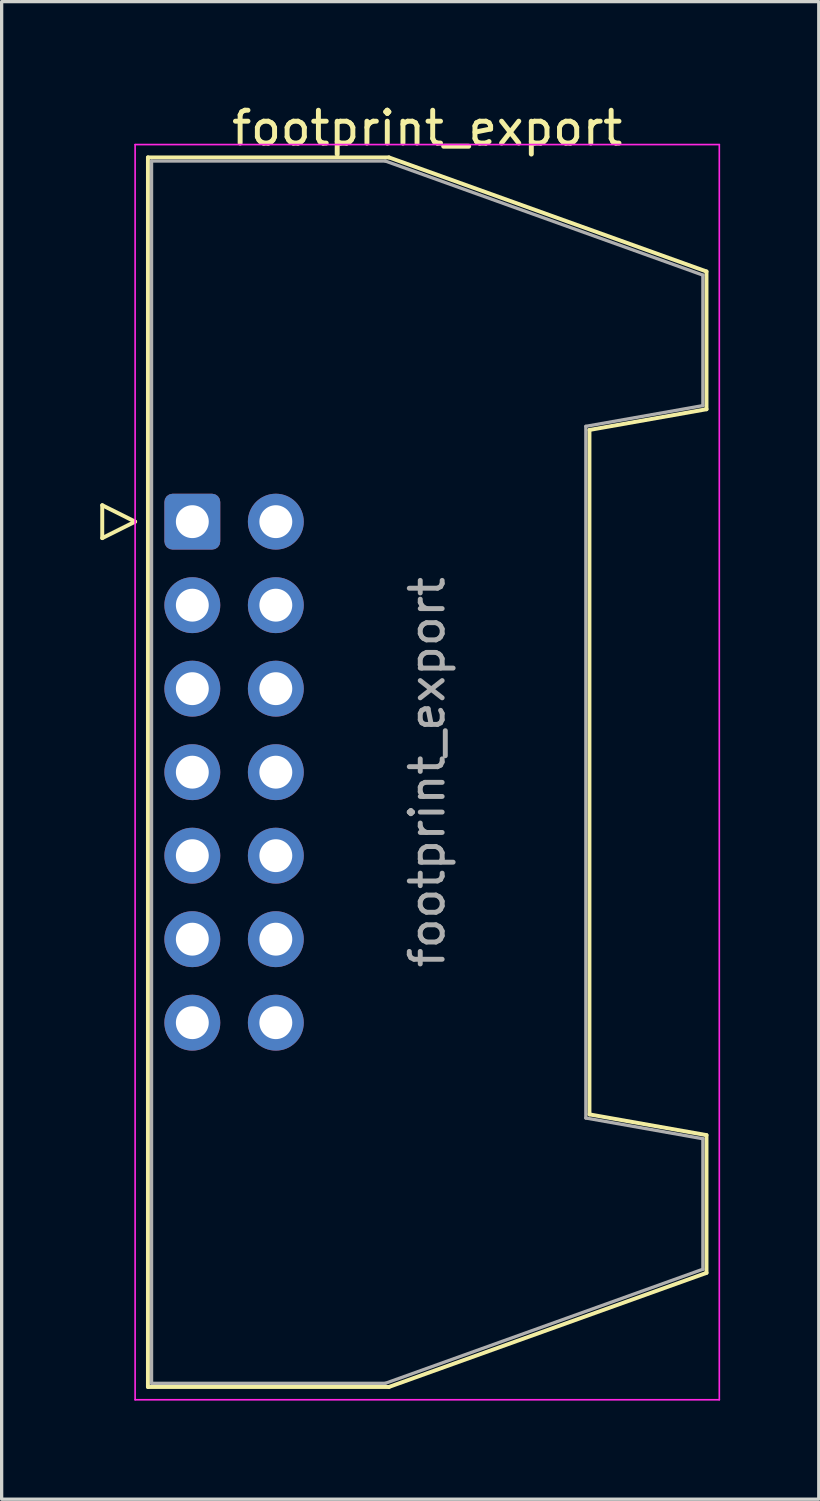
<source format=kicad_pcb>
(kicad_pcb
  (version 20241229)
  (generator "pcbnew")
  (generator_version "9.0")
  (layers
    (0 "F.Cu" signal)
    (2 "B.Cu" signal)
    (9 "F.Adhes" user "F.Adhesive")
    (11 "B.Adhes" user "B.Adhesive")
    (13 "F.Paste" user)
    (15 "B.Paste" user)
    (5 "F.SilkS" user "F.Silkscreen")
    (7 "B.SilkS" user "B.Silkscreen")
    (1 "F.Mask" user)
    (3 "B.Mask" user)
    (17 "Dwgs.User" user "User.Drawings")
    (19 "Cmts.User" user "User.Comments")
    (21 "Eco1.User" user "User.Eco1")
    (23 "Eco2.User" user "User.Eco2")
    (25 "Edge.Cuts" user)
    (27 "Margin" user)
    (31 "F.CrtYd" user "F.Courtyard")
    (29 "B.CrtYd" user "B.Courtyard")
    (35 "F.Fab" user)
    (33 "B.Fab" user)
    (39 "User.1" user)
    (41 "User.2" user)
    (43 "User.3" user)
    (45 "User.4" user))
  (footprint "footprint_export"
    (layer "F.Cu")
    (at 2.8 12.818)
    (property "Reference" "footprint_export" (at 7.145 -11.97 0) (layer "F.SilkS") (effects (font (size 1 1) (thickness 0.15))))
    (attr through_hole)
    (fp_line (start -2.74 -0.5) (end -2.74 0.5) (stroke (width 0.12) (type solid)) (layer "F.SilkS"))
    (fp_line (start -2.74 0.5) (end -1.74 0) (stroke (width 0.12) (type solid)) (layer "F.SilkS"))
    (fp_line (start -1.74 0) (end -2.74 -0.5) (stroke (width 0.12) (type solid)) (layer "F.SilkS"))
    (fp_line (start -1.35 -11.08) (end 5.98 -11.08) (stroke (width 0.12) (type solid)) (layer "F.SilkS"))
    (fp_line (start -1.35 26.32) (end -1.35 -11.08) (stroke (width 0.12) (type solid)) (layer "F.SilkS"))
    (fp_line (start 5.98 -11.08) (end 15.64 -7.61) (stroke (width 0.12) (type solid)) (layer "F.SilkS"))
    (fp_line (start 5.98 26.32) (end -1.35 26.32) (stroke (width 0.12) (type solid)) (layer "F.SilkS"))
    (fp_line (start 12.08 -2.79) (end 12.08 18.03) (stroke (width 0.12) (type solid)) (layer "F.SilkS"))
    (fp_line (start 12.08 18.03) (end 15.64 18.66) (stroke (width 0.12) (type solid)) (layer "F.SilkS"))
    (fp_line (start 15.64 -7.61) (end 15.64 -3.42) (stroke (width 0.12) (type solid)) (layer "F.SilkS"))
    (fp_line (start 15.64 -3.42) (end 12.08 -2.79) (stroke (width 0.12) (type solid)) (layer "F.SilkS"))
    (fp_line (start 15.64 18.66) (end 15.64 22.85) (stroke (width 0.12) (type solid)) (layer "F.SilkS"))
    (fp_line (start 15.64 22.85) (end 5.98 26.32) (stroke (width 0.12) (type solid)) (layer "F.SilkS"))
    (fp_line (start -1.74 -11.47) (end -1.74 26.71) (stroke (width 0.05) (type solid)) (layer "F.CrtYd"))
    (fp_line (start -1.74 26.71) (end 16.03 26.71) (stroke (width 0.05) (type solid)) (layer "F.CrtYd"))
    (fp_line (start 16.03 -11.47) (end -1.74 -11.47) (stroke (width 0.05) (type solid)) (layer "F.CrtYd"))
    (fp_line (start 16.03 26.71) (end 16.03 -11.47) (stroke (width 0.05) (type solid)) (layer "F.CrtYd"))
    (fp_line (start -1.24 -10.97) (end 5.87 -10.97) (stroke (width 0.1) (type solid)) (layer "F.Fab"))
    (fp_line (start -1.24 26.21) (end -1.24 -10.97) (stroke (width 0.1) (type solid)) (layer "F.Fab"))
    (fp_line (start 5.87 -10.97) (end 15.53 -7.5) (stroke (width 0.1) (type solid)) (layer "F.Fab"))
    (fp_line (start 5.87 26.21) (end -1.24 26.21) (stroke (width 0.1) (type solid)) (layer "F.Fab"))
    (fp_line (start 11.97 -2.9) (end 11.97 18.14) (stroke (width 0.1) (type solid)) (layer "F.Fab"))
    (fp_line (start 11.97 18.14) (end 15.53 18.77) (stroke (width 0.1) (type solid)) (layer "F.Fab"))
    (fp_line (start 15.53 -7.5) (end 15.53 -3.53) (stroke (width 0.1) (type solid)) (layer "F.Fab"))
    (fp_line (start 15.53 -3.53) (end 11.97 -2.9) (stroke (width 0.1) (type solid)) (layer "F.Fab"))
    (fp_line (start 15.53 18.77) (end 15.53 22.74) (stroke (width 0.1) (type solid)) (layer "F.Fab"))
    (fp_line (start 15.53 22.74) (end 5.87 26.21) (stroke (width 0.1) (type solid)) (layer "F.Fab"))
    (fp_text user "${REFERENCE}" (at 7.145 7.62 90) (layer "F.Fab") (effects (font (size 1 1) (thickness 0.15))))
    (pad "1" thru_hole roundrect (at 0 0) (size 1.7 1.7) (drill 1) (layers "*.Cu" "*.Mask") (roundrect_rratio 0.147))
    (pad "2" thru_hole circle (at 2.54 0) (size 1.7 1.7) (drill 1) (layers "*.Cu" "*.Mask"))
    (pad "3" thru_hole circle (at 0 2.54) (size 1.7 1.7) (drill 1) (layers "*.Cu" "*.Mask"))
    (pad "4" thru_hole circle (at 2.54 2.54) (size 1.7 1.7) (drill 1) (layers "*.Cu" "*.Mask"))
    (pad "5" thru_hole circle (at 0 5.08) (size 1.7 1.7) (drill 1) (layers "*.Cu" "*.Mask"))
    (pad "6" thru_hole circle (at 2.54 5.08) (size 1.7 1.7) (drill 1) (layers "*.Cu" "*.Mask"))
    (pad "7" thru_hole circle (at 0 7.62) (size 1.7 1.7) (drill 1) (layers "*.Cu" "*.Mask"))
    (pad "8" thru_hole circle (at 2.54 7.62) (size 1.7 1.7) (drill 1) (layers "*.Cu" "*.Mask"))
    (pad "9" thru_hole circle (at 0 10.16) (size 1.7 1.7) (drill 1) (layers "*.Cu" "*.Mask"))
    (pad "10" thru_hole circle (at 2.54 10.16) (size 1.7 1.7) (drill 1) (layers "*.Cu" "*.Mask"))
    (pad "11" thru_hole circle (at 0 12.7) (size 1.7 1.7) (drill 1) (layers "*.Cu" "*.Mask"))
    (pad "12" thru_hole circle (at 2.54 12.7) (size 1.7 1.7) (drill 1) (layers "*.Cu" "*.Mask"))
    (pad "13" thru_hole circle (at 0 15.24) (size 1.7 1.7) (drill 1) (layers "*.Cu" "*.Mask"))
    (pad "14" thru_hole circle (at 2.54 15.24) (size 1.7 1.7) (drill 1) (layers "*.Cu" "*.Mask")))
  (gr_rect
    (start -3 -3)
    (end 21.855 42.553)
    (stroke (width 0.1) (type default))
    (fill no)
    (layer "Edge.Cuts")))
</source>
